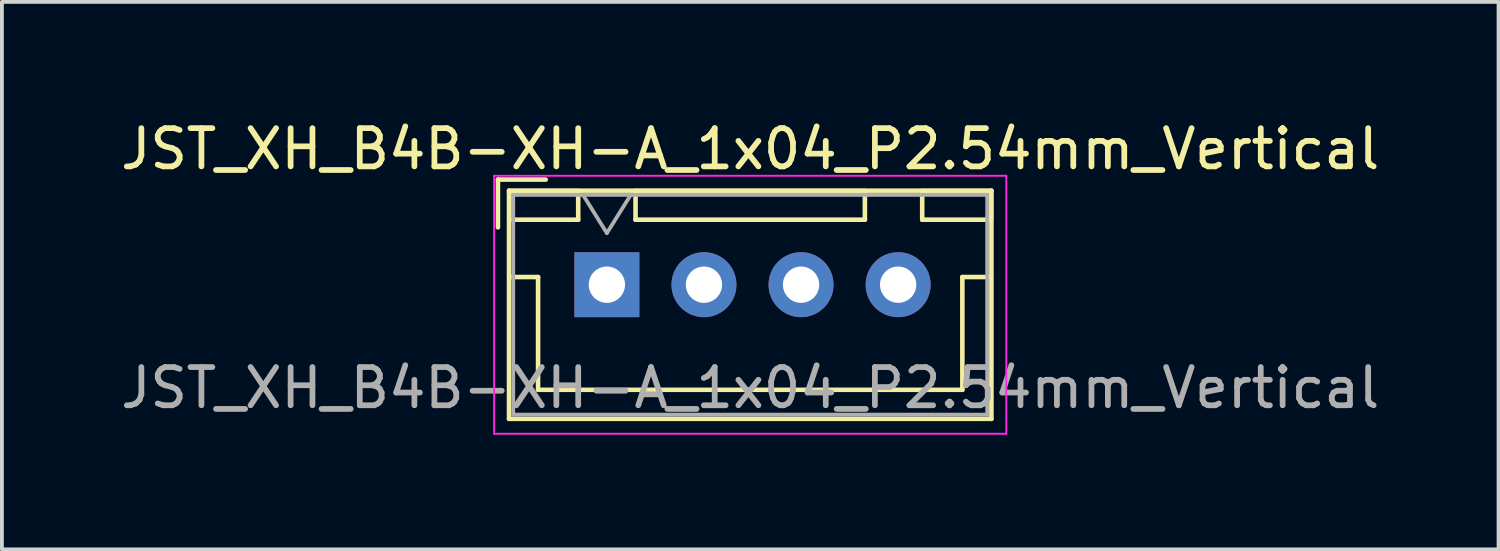
<source format=kicad_pcb>
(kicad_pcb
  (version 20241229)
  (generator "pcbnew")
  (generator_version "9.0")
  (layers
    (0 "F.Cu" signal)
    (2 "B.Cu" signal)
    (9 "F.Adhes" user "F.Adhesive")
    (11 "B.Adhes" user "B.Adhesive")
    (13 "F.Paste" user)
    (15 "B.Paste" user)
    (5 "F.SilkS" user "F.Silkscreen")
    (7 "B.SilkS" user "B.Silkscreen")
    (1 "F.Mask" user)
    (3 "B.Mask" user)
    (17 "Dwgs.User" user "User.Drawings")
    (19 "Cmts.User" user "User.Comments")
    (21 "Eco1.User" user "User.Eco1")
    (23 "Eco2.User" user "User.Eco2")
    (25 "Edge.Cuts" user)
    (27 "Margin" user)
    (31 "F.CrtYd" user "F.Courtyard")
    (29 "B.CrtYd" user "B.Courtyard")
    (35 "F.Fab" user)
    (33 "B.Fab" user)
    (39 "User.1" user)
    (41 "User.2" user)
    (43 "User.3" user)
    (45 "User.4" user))
  (footprint "JST_XH_B4B-XH-A_1x04_P2.54mm_Vertical"
    (layer "F.Cu")
    (at 12.827 4.398)
    (property "Reference" "JST_XH_B4B-XH-A_1x04_P2.54mm_Vertical" (at 3.75 -3.55 0) (layer "F.SilkS") (effects (font (size 1 1) (thickness 0.15))))
    (attr through_hole)
    (fp_line (start -2.85 -2.75) (end -2.85 -1.5) (stroke (width 0.12) (type solid)) (layer "F.SilkS"))
    (fp_line (start -2.56 -2.46) (end -2.56 3.51) (stroke (width 0.12) (type solid)) (layer "F.SilkS"))
    (fp_line (start -2.56 3.51) (end 10.06 3.51) (stroke (width 0.12) (type solid)) (layer "F.SilkS"))
    (fp_line (start -2.55 -2.45) (end -2.55 -1.7) (stroke (width 0.12) (type solid)) (layer "F.SilkS"))
    (fp_line (start -2.55 -1.7) (end -0.75 -1.7) (stroke (width 0.12) (type solid)) (layer "F.SilkS"))
    (fp_line (start -2.55 -0.2) (end -1.8 -0.2) (stroke (width 0.12) (type solid)) (layer "F.SilkS"))
    (fp_line (start -1.8 -0.2) (end -1.8 2.75) (stroke (width 0.12) (type solid)) (layer "F.SilkS"))
    (fp_line (start -1.8 2.75) (end 3.75 2.75) (stroke (width 0.12) (type solid)) (layer "F.SilkS"))
    (fp_line (start -1.6 -2.75) (end -2.85 -2.75) (stroke (width 0.12) (type solid)) (layer "F.SilkS"))
    (fp_line (start -0.75 -2.45) (end -2.55 -2.45) (stroke (width 0.12) (type solid)) (layer "F.SilkS"))
    (fp_line (start -0.75 -1.7) (end -0.75 -2.45) (stroke (width 0.12) (type solid)) (layer "F.SilkS"))
    (fp_line (start 0.75 -2.45) (end 0.75 -1.7) (stroke (width 0.12) (type solid)) (layer "F.SilkS"))
    (fp_line (start 0.75 -1.7) (end 6.75 -1.7) (stroke (width 0.12) (type solid)) (layer "F.SilkS"))
    (fp_line (start 6.75 -2.45) (end 0.75 -2.45) (stroke (width 0.12) (type solid)) (layer "F.SilkS"))
    (fp_line (start 6.75 -1.7) (end 6.75 -2.45) (stroke (width 0.12) (type solid)) (layer "F.SilkS"))
    (fp_line (start 8.25 -2.45) (end 8.25 -1.7) (stroke (width 0.12) (type solid)) (layer "F.SilkS"))
    (fp_line (start 8.25 -1.7) (end 10.05 -1.7) (stroke (width 0.12) (type solid)) (layer "F.SilkS"))
    (fp_line (start 9.3 -0.2) (end 9.3 2.75) (stroke (width 0.12) (type solid)) (layer "F.SilkS"))
    (fp_line (start 9.3 2.75) (end 3.75 2.75) (stroke (width 0.12) (type solid)) (layer "F.SilkS"))
    (fp_line (start 10.05 -2.45) (end 8.25 -2.45) (stroke (width 0.12) (type solid)) (layer "F.SilkS"))
    (fp_line (start 10.05 -1.7) (end 10.05 -2.45) (stroke (width 0.12) (type solid)) (layer "F.SilkS"))
    (fp_line (start 10.05 -0.2) (end 9.3 -0.2) (stroke (width 0.12) (type solid)) (layer "F.SilkS"))
    (fp_line (start 10.06 -2.46) (end -2.56 -2.46) (stroke (width 0.12) (type solid)) (layer "F.SilkS"))
    (fp_line (start 10.06 3.51) (end 10.06 -2.46) (stroke (width 0.12) (type solid)) (layer "F.SilkS"))
    (fp_line (start -2.95 -2.85) (end -2.95 3.9) (stroke (width 0.05) (type solid)) (layer "F.CrtYd"))
    (fp_line (start -2.95 3.9) (end 10.45 3.9) (stroke (width 0.05) (type solid)) (layer "F.CrtYd"))
    (fp_line (start 10.45 -2.85) (end -2.95 -2.85) (stroke (width 0.05) (type solid)) (layer "F.CrtYd"))
    (fp_line (start 10.45 3.9) (end 10.45 -2.85) (stroke (width 0.05) (type solid)) (layer "F.CrtYd"))
    (fp_line (start -2.45 -2.35) (end -2.45 3.4) (stroke (width 0.1) (type solid)) (layer "F.Fab"))
    (fp_line (start -2.45 3.4) (end 9.95 3.4) (stroke (width 0.1) (type solid)) (layer "F.Fab"))
    (fp_line (start -0.625 -2.35) (end 0 -1.35) (stroke (width 0.1) (type solid)) (layer "F.Fab"))
    (fp_line (start 0 -1.35) (end 0.625 -2.35) (stroke (width 0.1) (type solid)) (layer "F.Fab"))
    (fp_line (start 9.95 -2.35) (end -2.45 -2.35) (stroke (width 0.1) (type solid)) (layer "F.Fab"))
    (fp_line (start 9.95 3.4) (end 9.95 -2.35) (stroke (width 0.1) (type solid)) (layer "F.Fab"))
    (fp_text user "${REFERENCE}" (at 3.75 2.7 0) (layer "F.Fab") (effects (font (size 1 1) (thickness 0.15))))
    (pad "1" thru_hole rect (at 0 0) (size 1.7 1.7) (drill 0.95) (layers "*.Cu" "*.Mask"))
    (pad "2" thru_hole oval (at 2.54 0) (size 1.7 1.7) (drill 0.95) (layers "*.Cu" "*.Mask"))
    (pad "3" thru_hole oval (at 5.08 0) (size 1.7 1.7) (drill 0.95) (layers "*.Cu" "*.Mask"))
    (pad "4" thru_hole oval (at 7.62 0) (size 1.7 1.7) (drill 0.95) (layers "*.Cu" "*.Mask")))
  (gr_rect
    (start -3 -3)
    (end 36.155 11.323)
    (stroke (width 0.1) (type default))
    (fill no)
    (layer "Edge.Cuts")))
</source>
